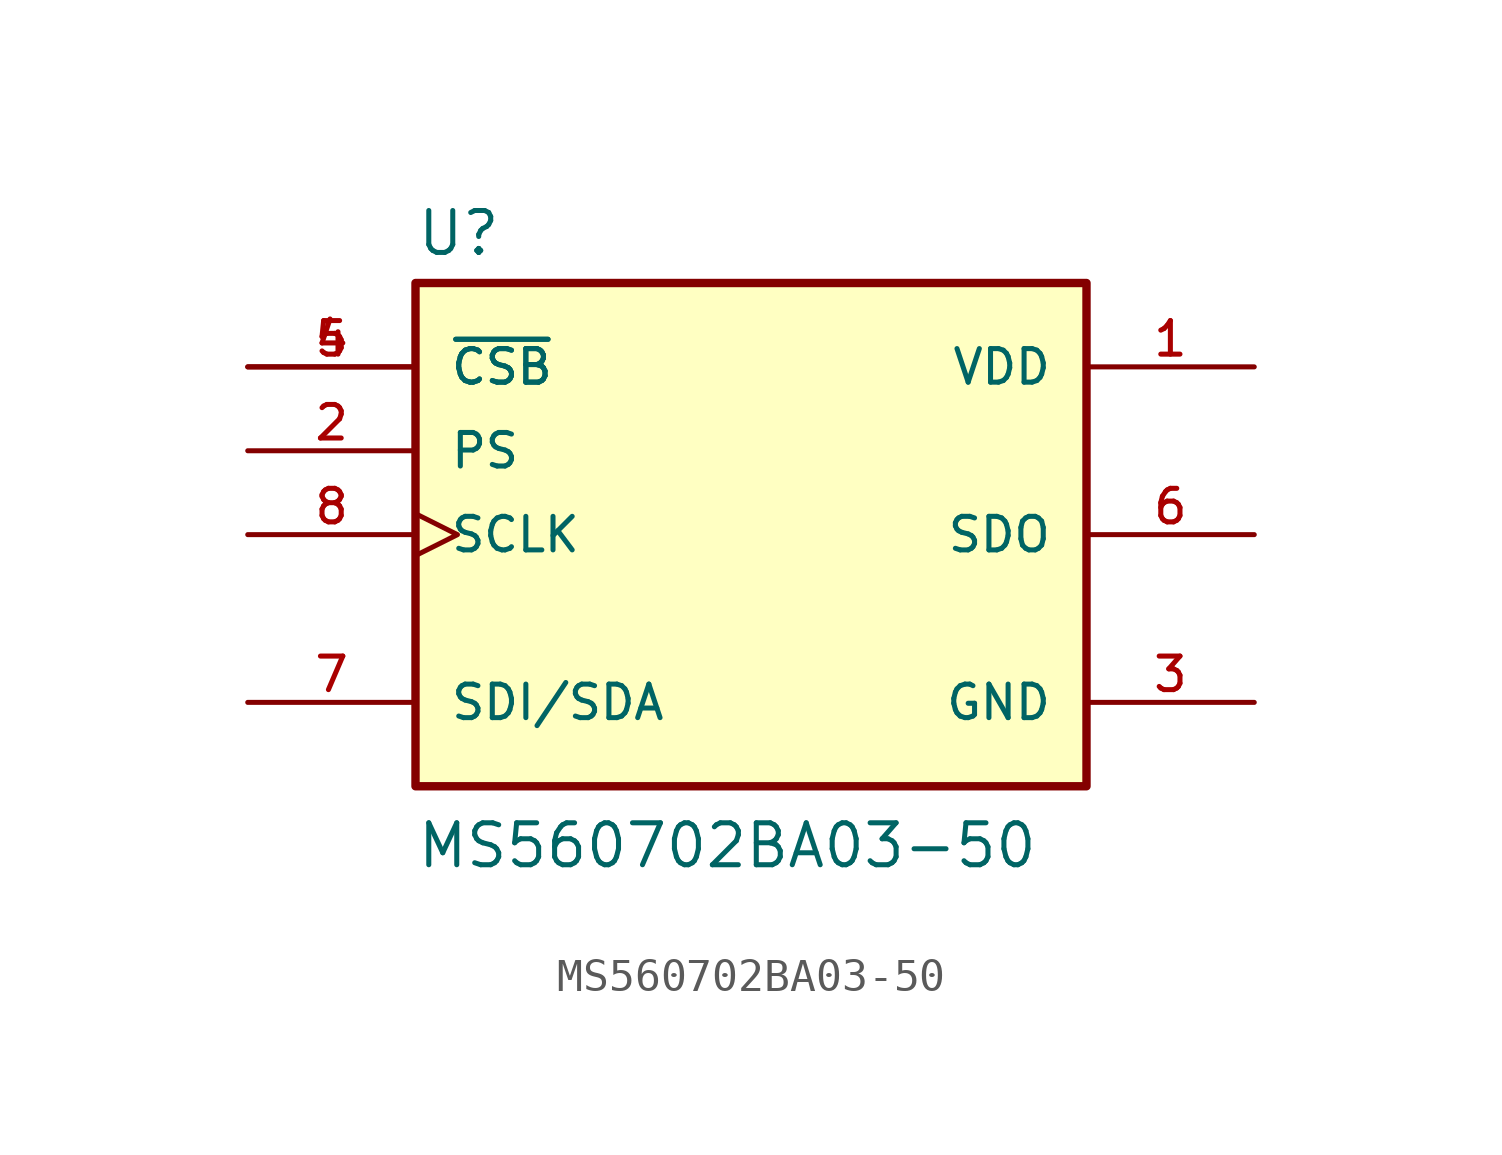
<source format=kicad_sym>
(kicad_symbol_lib
  (version 20210619)
  (generator kicad_symbol_editor)
  (symbol "MS560702BA03-50"
    (pin_names
      (offset 1.016))
    (property "Reference" "U"
      (at -10.16 8.382 0)
      (effects (font (size 1.27 1.27)) (justify left bottom)))
    (property "Value" "MS560702BA03-50"
      (at -10.16 -10.16 0)
      (effects (font (size 1.27 1.27)) (justify left bottom)))
    (property "ki_locked" ""
      (at 0 0 0)
      (effects (font (size 1.27 1.27))))
    (symbol "MS560702BA03-50_0_0"
      (rectangle (start -10.16 -7.62) (end 10.16 7.62) (stroke (width 0.254)) (fill (type background)))
      (pin power_in line (at 15.24 5.08 180) (length 5.08) (name "VDD" (effects (font (size 1.016 1.016)))) (number "1" (effects (font (size 1.016 1.016)))))
      (pin input line (at -15.24 2.54 0) (length 5.08) (name "PS" (effects (font (size 1.016 1.016)))) (number "2" (effects (font (size 1.016 1.016)))))
      (pin power_in line (at 15.24 -5.08 180) (length 5.08) (name "GND" (effects (font (size 1.016 1.016)))) (number "3" (effects (font (size 1.016 1.016)))))
      (pin input line (at -15.24 5.08 0) (length 5.08) (name "~{CSB}" (effects (font (size 1.016 1.016)))) (number "4" (effects (font (size 1.016 1.016)))))
      (pin input line (at -15.24 5.08 0) (length 5.08) (name "~{CSB}" (effects (font (size 1.016 1.016)))) (number "5" (effects (font (size 1.016 1.016)))))
      (pin output line (at 15.24 0 180) (length 5.08) (name "SDO" (effects (font (size 1.016 1.016)))) (number "6" (effects (font (size 1.016 1.016)))))
      (pin bidirectional line (at -15.24 -5.08 0) (length 5.08) (name "SDI/SDA" (effects (font (size 1.016 1.016)))) (number "7" (effects (font (size 1.016 1.016)))))
      (pin input clock (at -15.24 0 0) (length 5.08) (name "SCLK" (effects (font (size 1.016 1.016)))) (number "8" (effects (font (size 1.016 1.016))))))))
</source>
